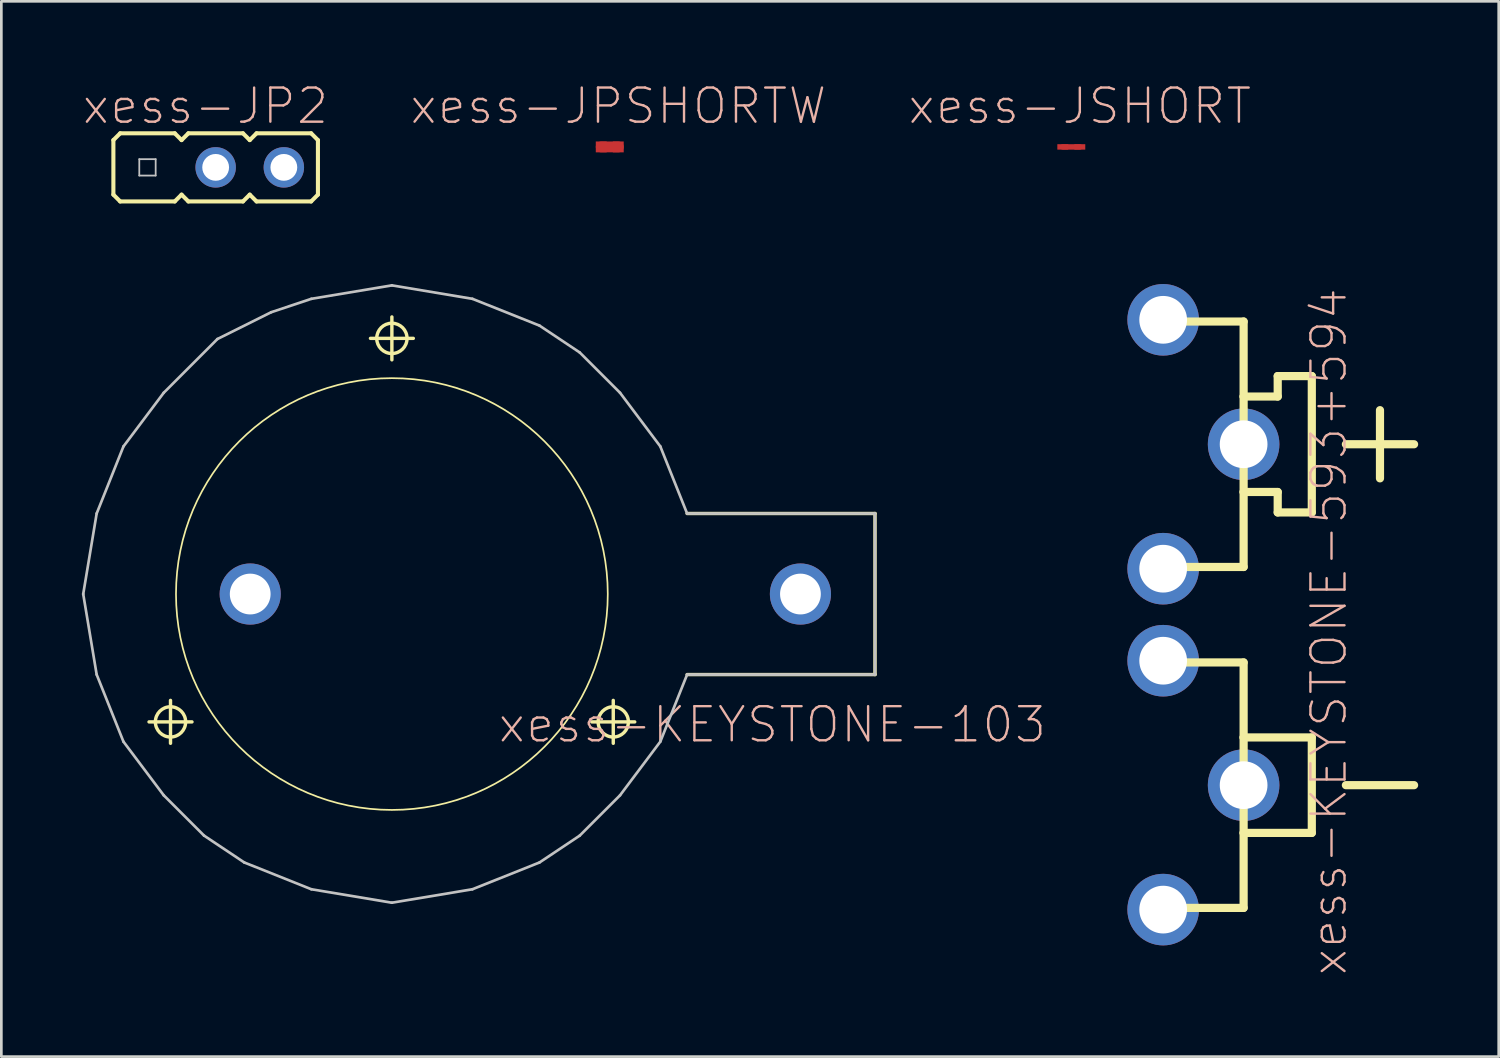
<source format=kicad_pcb>
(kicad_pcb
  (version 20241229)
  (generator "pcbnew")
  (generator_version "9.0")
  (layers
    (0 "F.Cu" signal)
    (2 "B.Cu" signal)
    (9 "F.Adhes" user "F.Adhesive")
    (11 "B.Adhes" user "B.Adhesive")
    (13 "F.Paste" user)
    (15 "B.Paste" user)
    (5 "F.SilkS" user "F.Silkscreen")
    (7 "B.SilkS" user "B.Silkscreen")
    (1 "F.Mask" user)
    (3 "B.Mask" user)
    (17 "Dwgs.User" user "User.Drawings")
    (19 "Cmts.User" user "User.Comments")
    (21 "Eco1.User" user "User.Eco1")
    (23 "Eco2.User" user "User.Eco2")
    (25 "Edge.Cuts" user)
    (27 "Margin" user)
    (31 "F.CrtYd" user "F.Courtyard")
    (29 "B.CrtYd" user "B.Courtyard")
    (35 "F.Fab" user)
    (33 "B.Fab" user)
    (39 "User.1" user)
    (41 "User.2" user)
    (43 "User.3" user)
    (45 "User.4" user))
  (footprint "xess-JPSHORTW"
    (layer "F.Cu")
    (at 19.348 2.423)
    (property "Reference" "xess-JPSHORTW" (at 0.635 -1.524 0) (layer "B.SilkS") (effects (font (size 1.27 1.27) (thickness 0.089))))
    (attr smd)
    (fp_line (start 0 0) (end 0.635 0) (stroke (width 0.406) (type solid)) (layer "F.Cu"))
    (pad "1" smd rect (at 0 0) (size 0.406 0.406) (layers "F.Cu" "F.Mask" "F.Paste"))
    (pad "2" smd rect (at 0.635 0) (size 0.406 0.406) (layers "F.Cu" "F.Mask" "F.Paste")))
  (footprint "xess-KEYSTONE-103"
    (layer "F.Cu")
    (at 11.549 19.08)
    (property "Reference" "xess-KEYSTONE-103" (at 14.173 4.864 0) (layer "B.SilkS") (effects (font (size 1.27 1.27) (thickness 0.089))))
    (attr exclude_from_pos_files exclude_from_bom)
    (fp_line (start -9.047 4.763) (end -7.447 4.763) (stroke (width 0.127) (type solid)) (layer "F.SilkS"))
    (fp_line (start -8.247 5.56) (end -8.247 3.962) (stroke (width 0.127) (type solid)) (layer "F.SilkS"))
    (fp_line (start -0.798 -9.525) (end 0.798 -9.525) (stroke (width 0.127) (type solid)) (layer "F.SilkS"))
    (fp_line (start 0 -8.725) (end 0 -10.323) (stroke (width 0.127) (type solid)) (layer "F.SilkS"))
    (fp_line (start 7.447 4.763) (end 9.047 4.763) (stroke (width 0.127) (type solid)) (layer "F.SilkS"))
    (fp_line (start 8.247 5.56) (end 8.247 3.962) (stroke (width 0.127) (type solid)) (layer "F.SilkS"))
    (fp_line (start 10.998 -3) (end 17.998 -3) (stroke (width 0.127) (type solid)) (layer "F.SilkS"))
    (fp_line (start 17.998 -3) (end 17.998 3) (stroke (width 0.127) (type solid)) (layer "F.SilkS"))
    (fp_line (start 17.998 3) (end 10.998 3) (stroke (width 0.127) (type solid)) (layer "F.SilkS"))
    (fp_circle (center -8.247 4.763) (end -8.646 5.161) (stroke (width 0.127) (type solid)) (fill no) (layer "F.SilkS"))
    (fp_circle (center 0 -9.525) (end -0.399 -9.924) (stroke (width 0.127) (type solid)) (fill no) (layer "F.SilkS"))
    (fp_circle (center 0 0) (end -5.687 5.687) (stroke (width 0.064) (type solid)) (fill no) (layer "F.SilkS"))
    (fp_circle (center 8.247 4.763) (end 8.646 5.161) (stroke (width 0.127) (type solid)) (fill no) (layer "F.SilkS"))
    (fp_line (start -11.499 0) (end -10.998 3) (stroke (width 0.1) (type solid)) (layer "Dwgs.User"))
    (fp_line (start -10.998 -3) (end -11.499 0) (stroke (width 0.1) (type solid)) (layer "Dwgs.User"))
    (fp_line (start -10.998 3) (end -10 5.499) (stroke (width 0.1) (type solid)) (layer "Dwgs.User"))
    (fp_line (start -10 -5.499) (end -10.998 -3) (stroke (width 0.1) (type solid)) (layer "Dwgs.User"))
    (fp_line (start -10 5.499) (end -8.499 7.498) (stroke (width 0.1) (type solid)) (layer "Dwgs.User"))
    (fp_line (start -8.499 -7.498) (end -10 -5.499) (stroke (width 0.1) (type solid)) (layer "Dwgs.User"))
    (fp_line (start -8.499 7.498) (end -6.998 8.999) (stroke (width 0.1) (type solid)) (layer "Dwgs.User"))
    (fp_line (start -6.998 8.999) (end -5.499 10) (stroke (width 0.1) (type solid)) (layer "Dwgs.User"))
    (fp_line (start -6.5 -9.5) (end -8.499 -7.498) (stroke (width 0.1) (type solid)) (layer "Dwgs.User"))
    (fp_line (start -5.499 10) (end -3 10.998) (stroke (width 0.1) (type solid)) (layer "Dwgs.User"))
    (fp_line (start -4.498 -10.498) (end -6.5 -9.5) (stroke (width 0.1) (type solid)) (layer "Dwgs.User"))
    (fp_line (start -3 -10.998) (end -4.498 -10.498) (stroke (width 0.1) (type solid)) (layer "Dwgs.User"))
    (fp_line (start -3 10.998) (end 0 11.499) (stroke (width 0.1) (type solid)) (layer "Dwgs.User"))
    (fp_line (start 0 -11.499) (end -3 -10.998) (stroke (width 0.1) (type solid)) (layer "Dwgs.User"))
    (fp_line (start 0 11.499) (end 3 10.998) (stroke (width 0.1) (type solid)) (layer "Dwgs.User"))
    (fp_line (start 3 -10.998) (end 0 -11.499) (stroke (width 0.1) (type solid)) (layer "Dwgs.User"))
    (fp_line (start 3 10.998) (end 5.499 10) (stroke (width 0.1) (type solid)) (layer "Dwgs.User"))
    (fp_line (start 5.499 -10) (end 3 -10.998) (stroke (width 0.1) (type solid)) (layer "Dwgs.User"))
    (fp_line (start 5.499 10) (end 6.998 8.999) (stroke (width 0.1) (type solid)) (layer "Dwgs.User"))
    (fp_line (start 6.998 -8.999) (end 5.499 -10) (stroke (width 0.1) (type solid)) (layer "Dwgs.User"))
    (fp_line (start 6.998 8.999) (end 8.499 7.498) (stroke (width 0.1) (type solid)) (layer "Dwgs.User"))
    (fp_line (start 8.499 -7.498) (end 6.998 -8.999) (stroke (width 0.1) (type solid)) (layer "Dwgs.User"))
    (fp_line (start 8.499 7.498) (end 10 5.499) (stroke (width 0.1) (type solid)) (layer "Dwgs.User"))
    (fp_line (start 10 -5.499) (end 8.499 -7.498) (stroke (width 0.1) (type solid)) (layer "Dwgs.User"))
    (fp_line (start 10 5.499) (end 10.998 3) (stroke (width 0.1) (type solid)) (layer "Dwgs.User"))
    (fp_line (start 10.998 -3) (end 10 -5.499) (stroke (width 0.1) (type solid)) (layer "Dwgs.User"))
    (fp_line (start 10.998 3) (end 17.998 3) (stroke (width 0.1) (type solid)) (layer "Dwgs.User"))
    (fp_line (start 17.998 -3) (end 10.998 -3) (stroke (width 0.1) (type solid)) (layer "Dwgs.User"))
    (fp_line (start 17.998 3) (end 17.998 -3) (stroke (width 0.1) (type solid)) (layer "Dwgs.User"))
    (pad "+" thru_hole circle (at 15.22 0) (size 2.278 2.278) (drill 1.519) (layers "*.Cu" "*.Mask"))
    (pad "-" thru_hole circle (at -5.278 0) (size 2.278 2.278) (drill 1.519) (layers "*.Cu" "*.Mask")))
  (footprint "xess-JP2"
    (layer "F.Cu")
    (at 4.984 3.185)
    (property "Reference" "xess-JP2" (at -0.381 -2.286 0) (layer "B.SilkS") (effects (font (size 1.27 1.27) (thickness 0.089))))
    (attr exclude_from_pos_files exclude_from_bom)
    (fp_line (start -3.81 -1.016) (end -3.556 -1.27) (stroke (width 0.152) (type solid)) (layer "F.SilkS"))
    (fp_line (start -3.81 1.016) (end -3.81 -1.016) (stroke (width 0.152) (type solid)) (layer "F.SilkS"))
    (fp_line (start -3.81 1.016) (end -3.556 1.27) (stroke (width 0.152) (type solid)) (layer "F.SilkS"))
    (fp_line (start -1.524 -1.27) (end -3.556 -1.27) (stroke (width 0.152) (type solid)) (layer "F.SilkS"))
    (fp_line (start -1.524 -1.27) (end -1.27 -1.016) (stroke (width 0.152) (type solid)) (layer "F.SilkS"))
    (fp_line (start -1.524 1.27) (end -3.556 1.27) (stroke (width 0.152) (type solid)) (layer "F.SilkS"))
    (fp_line (start -1.524 1.27) (end -1.27 1.016) (stroke (width 0.152) (type solid)) (layer "F.SilkS"))
    (fp_line (start -1.27 -1.016) (end -1.016 -1.27) (stroke (width 0.152) (type solid)) (layer "F.SilkS"))
    (fp_line (start -1.27 1.016) (end -1.016 1.27) (stroke (width 0.152) (type solid)) (layer "F.SilkS"))
    (fp_line (start 1.016 -1.27) (end -1.016 -1.27) (stroke (width 0.152) (type solid)) (layer "F.SilkS"))
    (fp_line (start 1.016 -1.27) (end 1.27 -1.016) (stroke (width 0.152) (type solid)) (layer "F.SilkS"))
    (fp_line (start 1.016 1.27) (end -1.016 1.27) (stroke (width 0.152) (type solid)) (layer "F.SilkS"))
    (fp_line (start 1.016 1.27) (end 1.27 1.016) (stroke (width 0.152) (type solid)) (layer "F.SilkS"))
    (fp_line (start 1.27 -1.016) (end 1.524 -1.27) (stroke (width 0.152) (type solid)) (layer "F.SilkS"))
    (fp_line (start 1.27 1.016) (end 1.524 1.27) (stroke (width 0.152) (type solid)) (layer "F.SilkS"))
    (fp_line (start 3.556 -1.27) (end 1.524 -1.27) (stroke (width 0.152) (type solid)) (layer "F.SilkS"))
    (fp_line (start 3.556 -1.27) (end 3.81 -1.016) (stroke (width 0.152) (type solid)) (layer "F.SilkS"))
    (fp_line (start 3.556 1.27) (end 1.524 1.27) (stroke (width 0.152) (type solid)) (layer "F.SilkS"))
    (fp_line (start 3.556 1.27) (end 3.81 1.016) (stroke (width 0.152) (type solid)) (layer "F.SilkS"))
    (fp_line (start 3.81 -1.016) (end 3.81 1.016) (stroke (width 0.152) (type solid)) (layer "F.SilkS"))
    (fp_line (start -2.845 -0.305) (end -2.235 -0.305) (stroke (width 0.066) (type solid)) (layer "Dwgs.User"))
    (fp_line (start -2.845 0.305) (end -2.845 -0.305) (stroke (width 0.066) (type solid)) (layer "Dwgs.User"))
    (fp_line (start -2.845 0.305) (end -2.235 0.305) (stroke (width 0.066) (type solid)) (layer "Dwgs.User"))
    (fp_line (start -2.235 0.305) (end -2.235 -0.305) (stroke (width 0.066) (type solid)) (layer "Dwgs.User"))
    (fp_line (start -0.305 -0.305) (end 0.305 -0.305) (stroke (width 0.066) (type solid)) (layer "Dwgs.User"))
    (fp_line (start -0.305 0.305) (end -0.305 -0.305) (stroke (width 0.066) (type solid)) (layer "Dwgs.User"))
    (fp_line (start -0.305 0.305) (end 0.305 0.305) (stroke (width 0.066) (type solid)) (layer "Dwgs.User"))
    (fp_line (start 0.305 0.305) (end 0.305 -0.305) (stroke (width 0.066) (type solid)) (layer "Dwgs.User"))
    (fp_line (start 2.235 -0.305) (end 2.845 -0.305) (stroke (width 0.066) (type solid)) (layer "Dwgs.User"))
    (fp_line (start 2.235 0.305) (end 2.235 -0.305) (stroke (width 0.066) (type solid)) (layer "Dwgs.User"))
    (fp_line (start 2.235 0.305) (end 2.845 0.305) (stroke (width 0.066) (type solid)) (layer "Dwgs.User"))
    (fp_line (start 2.845 0.305) (end 2.845 -0.305) (stroke (width 0.066) (type solid)) (layer "Dwgs.User"))
    (pad "1" thru_hole rect (at -2.54 0) (size 0.001 0.001) (drill 0.998) (layers "*.Cu" "*.Mask"))
    (pad "2" thru_hole circle (at 0 0) (size 1.506 1.506) (drill 0.998) (layers "*.Cu" "*.Mask"))
    (pad "3" thru_hole circle (at 2.54 0) (size 1.506 1.506) (drill 0.998) (layers "*.Cu" "*.Mask")))
  (footprint "xess-KEYSTONE-593+594"
    (layer "F.Cu")
    (at 43.279 19.85)
    (property "Reference" "xess-KEYSTONE-593+594" (at 3.175 0.635 90) (layer "B.SilkS") (effects (font (size 1.27 1.27) (thickness 0.089))))
    (attr exclude_from_pos_files exclude_from_bom)
    (fp_line (start -3.048 -10.922) (end 0 -10.922) (stroke (width 0.305) (type solid)) (layer "F.SilkS"))
    (fp_line (start -3.048 1.778) (end 0 1.778) (stroke (width 0.305) (type solid)) (layer "F.SilkS"))
    (fp_line (start 0 -10.922) (end 0 -8.128) (stroke (width 0.305) (type solid)) (layer "F.SilkS"))
    (fp_line (start 0 -8.128) (end 0 -4.572) (stroke (width 0.305) (type solid)) (layer "F.SilkS"))
    (fp_line (start 0 -8.128) (end 1.27 -8.128) (stroke (width 0.305) (type solid)) (layer "F.SilkS"))
    (fp_line (start 0 -4.572) (end 0 -1.778) (stroke (width 0.305) (type solid)) (layer "F.SilkS"))
    (fp_line (start 0 -1.778) (end -3.048 -1.778) (stroke (width 0.305) (type solid)) (layer "F.SilkS"))
    (fp_line (start 0 1.778) (end 0 4.572) (stroke (width 0.305) (type solid)) (layer "F.SilkS"))
    (fp_line (start 0 4.572) (end 0 8.128) (stroke (width 0.305) (type solid)) (layer "F.SilkS"))
    (fp_line (start 0 4.572) (end 2.54 4.572) (stroke (width 0.305) (type solid)) (layer "F.SilkS"))
    (fp_line (start 0 8.128) (end 0 10.922) (stroke (width 0.305) (type solid)) (layer "F.SilkS"))
    (fp_line (start 0 10.922) (end -3.048 10.922) (stroke (width 0.305) (type solid)) (layer "F.SilkS"))
    (fp_line (start 1.27 -8.89) (end 2.54 -8.89) (stroke (width 0.305) (type solid)) (layer "F.SilkS"))
    (fp_line (start 1.27 -8.128) (end 1.27 -8.89) (stroke (width 0.305) (type solid)) (layer "F.SilkS"))
    (fp_line (start 1.27 -4.572) (end 0 -4.572) (stroke (width 0.305) (type solid)) (layer "F.SilkS"))
    (fp_line (start 1.27 -3.81) (end 1.27 -4.572) (stroke (width 0.305) (type solid)) (layer "F.SilkS"))
    (fp_line (start 2.54 -8.89) (end 2.54 -3.81) (stroke (width 0.305) (type solid)) (layer "F.SilkS"))
    (fp_line (start 2.54 -3.81) (end 1.27 -3.81) (stroke (width 0.305) (type solid)) (layer "F.SilkS"))
    (fp_line (start 2.54 4.572) (end 2.54 8.128) (stroke (width 0.305) (type solid)) (layer "F.SilkS"))
    (fp_line (start 2.54 8.128) (end 0 8.128) (stroke (width 0.305) (type solid)) (layer "F.SilkS"))
    (fp_line (start 3.81 -6.35) (end 6.35 -6.35) (stroke (width 0.305) (type solid)) (layer "F.SilkS"))
    (fp_line (start 3.81 6.35) (end 6.35 6.35) (stroke (width 0.305) (type solid)) (layer "F.SilkS"))
    (fp_line (start 5.08 -7.62) (end 5.08 -5.08) (stroke (width 0.305) (type solid)) (layer "F.SilkS"))
    (pad "+" thru_hole circle (at 0 -6.35) (size 2.667 2.667) (drill 1.778) (layers "*.Cu" "*.Mask"))
    (pad "-" thru_hole circle (at 0 6.35) (size 2.667 2.667) (drill 1.778) (layers "*.Cu" "*.Mask"))
    (pad "3" thru_hole circle (at -2.997 -1.714) (size 2.667 2.667) (drill 1.778) (layers "*.Cu" "*.Mask"))
    (pad "4" thru_hole circle (at -2.997 -10.986) (size 2.667 2.667) (drill 1.778) (layers "*.Cu" "*.Mask"))
    (pad "5" thru_hole circle (at -2.997 1.714) (size 2.667 2.667) (drill 1.778) (layers "*.Cu" "*.Mask"))
    (pad "6" thru_hole circle (at -2.997 10.986) (size 2.667 2.667) (drill 1.778) (layers "*.Cu" "*.Mask")))
  (footprint "xess-JSHORT"
    (layer "F.Cu")
    (at 36.542 2.423)
    (property "Reference" "xess-JSHORT" (at 0.635 -1.524 0) (layer "B.SilkS") (effects (font (size 1.27 1.27) (thickness 0.089))))
    (attr smd)
    (fp_line (start 0 0) (end 0.635 0) (stroke (width 0.203) (type solid)) (layer "F.Cu"))
    (pad "1" smd rect (at 0 0) (size 0.406 0.203) (layers "F.Cu" "F.Mask" "F.Paste"))
    (pad "2" smd rect (at 0.635 0) (size 0.406 0.203) (layers "F.Cu" "F.Mask" "F.Paste")))
  (gr_rect
    (start -3 -3)
    (end 52.782 36.312)
    (stroke (width 0.1) (type default))
    (fill no)
    (layer "Edge.Cuts")))
</source>
